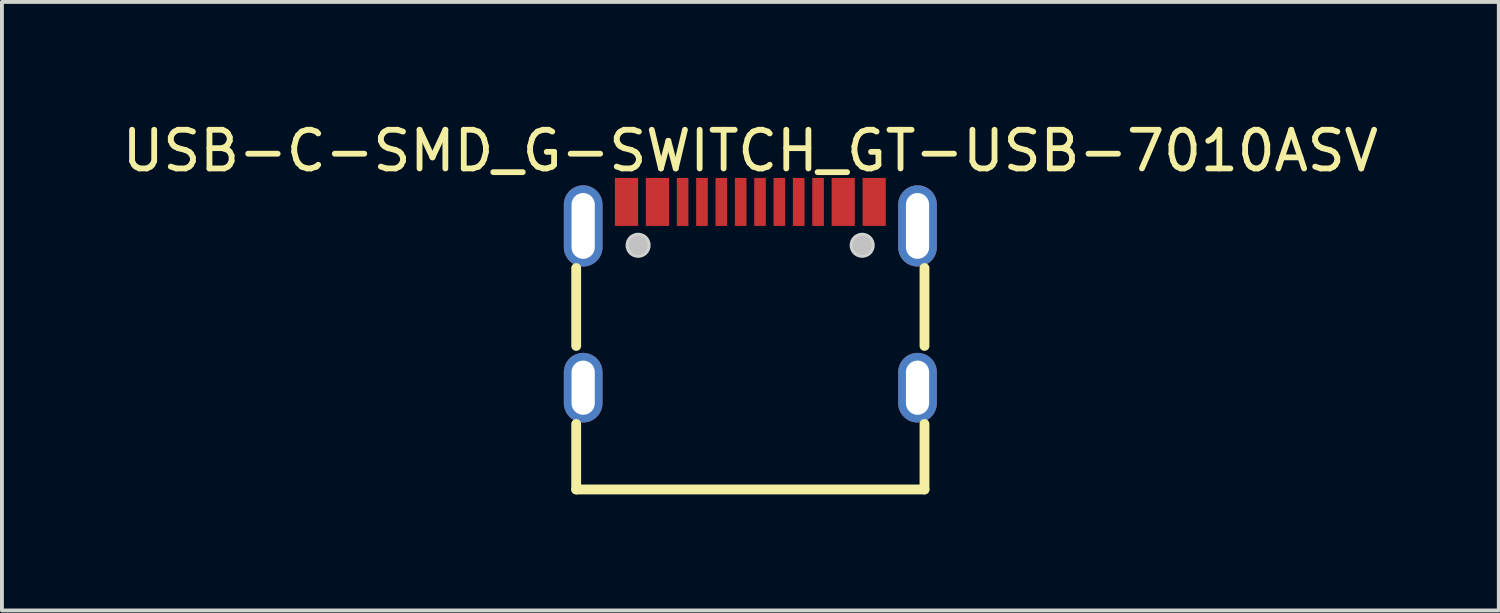
<source format=kicad_pcb>
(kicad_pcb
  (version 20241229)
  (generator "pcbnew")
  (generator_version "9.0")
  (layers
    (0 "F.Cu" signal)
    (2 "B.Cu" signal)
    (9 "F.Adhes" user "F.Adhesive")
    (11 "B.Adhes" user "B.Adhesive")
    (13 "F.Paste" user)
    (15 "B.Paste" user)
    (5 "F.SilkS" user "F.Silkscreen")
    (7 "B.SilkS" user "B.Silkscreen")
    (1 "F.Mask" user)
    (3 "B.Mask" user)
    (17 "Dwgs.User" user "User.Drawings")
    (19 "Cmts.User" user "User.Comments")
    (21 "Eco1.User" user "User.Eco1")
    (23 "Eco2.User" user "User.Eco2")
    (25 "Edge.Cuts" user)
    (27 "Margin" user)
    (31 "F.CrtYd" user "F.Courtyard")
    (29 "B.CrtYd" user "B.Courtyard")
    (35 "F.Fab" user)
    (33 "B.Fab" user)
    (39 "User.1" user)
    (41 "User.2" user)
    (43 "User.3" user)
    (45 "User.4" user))
  (footprint "USB-C-SMD_G-SWITCH_GT-USB-7010ASV"
    (layer "F.Cu")
    (at 16.339 4.568)
    (property "Reference" "USB-C-SMD_G-SWITCH_GT-USB-7010ASV" (at 0 -3.72 0) (layer "F.SilkS") (effects (font (size 1 1) (thickness 0.15))))
    (fp_line (start -4.5 1.321) (end -4.5 -0.692) (stroke (width 0.254) (type default)) (layer "F.SilkS"))
    (fp_line (start -4.5 5.03) (end -4.5 3.338) (stroke (width 0.254) (type default)) (layer "F.SilkS"))
    (fp_line (start 4.5 1.321) (end 4.5 -0.692) (stroke (width 0.254) (type default)) (layer "F.SilkS"))
    (fp_line (start 4.5 5.03) (end -4.5 5.03) (stroke (width 0.254) (type default)) (layer "F.SilkS"))
    (fp_line (start 4.5 5.03) (end 4.5 3.338) (stroke (width 0.254) (type default)) (layer "F.SilkS"))
    (fp_poly (pts (xy -3.5 -3.02) (xy -2.9 -3.02) (xy -2.9 -1.78) (xy -3.5 -1.78)) (stroke (width 0) (type default)) (fill yes) (layer "F.Paste"))
    (fp_poly (pts (xy -2.7 -3.02) (xy -2.1 -3.02) (xy -2.1 -1.78) (xy -2.7 -1.78)) (stroke (width 0) (type default)) (fill yes) (layer "F.Paste"))
    (fp_poly (pts (xy -1.9 -3.02) (xy -1.6 -3.02) (xy -1.6 -1.78) (xy -1.9 -1.78)) (stroke (width 0) (type default)) (fill yes) (layer "F.Paste"))
    (fp_poly (pts (xy -1.4 -3.02) (xy -1.1 -3.02) (xy -1.1 -1.78) (xy -1.4 -1.78)) (stroke (width 0) (type default)) (fill yes) (layer "F.Paste"))
    (fp_poly (pts (xy -0.9 -3.02) (xy -0.6 -3.02) (xy -0.6 -1.78) (xy -0.9 -1.78)) (stroke (width 0) (type default)) (fill yes) (layer "F.Paste"))
    (fp_poly (pts (xy -0.4 -3.02) (xy -0.1 -3.02) (xy -0.1 -1.78) (xy -0.4 -1.78)) (stroke (width 0) (type default)) (fill yes) (layer "F.Paste"))
    (fp_poly (pts (xy 0.1 -3.02) (xy 0.4 -3.02) (xy 0.4 -1.78) (xy 0.1 -1.78)) (stroke (width 0) (type default)) (fill yes) (layer "F.Paste"))
    (fp_poly (pts (xy 0.6 -3.02) (xy 0.9 -3.02) (xy 0.9 -1.78) (xy 0.6 -1.78)) (stroke (width 0) (type default)) (fill yes) (layer "F.Paste"))
    (fp_poly (pts (xy 1.1 -3.02) (xy 1.4 -3.02) (xy 1.4 -1.78) (xy 1.1 -1.78)) (stroke (width 0) (type default)) (fill yes) (layer "F.Paste"))
    (fp_poly (pts (xy 1.6 -3.02) (xy 1.9 -3.02) (xy 1.9 -1.78) (xy 1.6 -1.78)) (stroke (width 0) (type default)) (fill yes) (layer "F.Paste"))
    (fp_poly (pts (xy 2.1 -3.02) (xy 2.7 -3.02) (xy 2.7 -1.78) (xy 2.1 -1.78)) (stroke (width 0) (type default)) (fill yes) (layer "F.Paste"))
    (fp_poly (pts (xy 2.9 -3.02) (xy 3.5 -3.02) (xy 3.5 -1.78) (xy 2.9 -1.78)) (stroke (width 0) (type default)) (fill yes) (layer "F.Paste"))
    (fp_poly (pts (xy -4.282 -2.829) (xy -4.308 -2.83) (xy -4.332 -2.83) (xy -4.357 -2.829) (xy -4.382 -2.826) (xy -4.407 -2.822) (xy -4.431 -2.817) (xy -4.455 -2.812) (xy -4.479 -2.804) (xy -4.503 -2.796) (xy -4.526 -2.785) (xy -4.548 -2.775) (xy -4.57 -2.763) (xy -4.591 -2.75) (xy -4.612 -2.736) (xy -4.631 -2.721) (xy -4.651 -2.705) (xy -4.669 -2.688) (xy -4.686 -2.67) (xy -4.703 -2.651) (xy -4.718 -2.632) (xy -4.733 -2.611) (xy -4.747 -2.591) (xy -4.759 -2.569) (xy -4.771 -2.547) (xy -4.78 -2.524) (xy -4.79 -2.501) (xy -4.798 -2.478) (xy -4.804 -2.454) (xy -4.81 -2.429) (xy -4.814 -2.405) (xy -4.817 -2.38) (xy -4.819 -2.355) (xy -4.82 -2.33) (xy -4.82 -1.23) (xy -4.819 -1.205) (xy -4.817 -1.18) (xy -4.814 -1.155) (xy -4.81 -1.131) (xy -4.804 -1.107) (xy -4.798 -1.083) (xy -4.79 -1.059) (xy -4.78 -1.036) (xy -4.771 -1.013) (xy -4.759 -0.991) (xy -4.747 -0.97) (xy -4.733 -0.949) (xy -4.718 -0.928) (xy -4.703 -0.908) (xy -4.686 -0.89) (xy -4.669 -0.872) (xy -4.651 -0.855) (xy -4.631 -0.839) (xy -4.612 -0.824) (xy -4.591 -0.81) (xy -4.57 -0.797) (xy -4.548 -0.785) (xy -4.526 -0.774) (xy -4.503 -0.764) (xy -4.479 -0.756) (xy -4.455 -0.749) (xy -4.431 -0.743) (xy -4.407 -0.738) (xy -4.382 -0.734) (xy -4.357 -0.732) (xy -4.332 -0.73) (xy -4.308 -0.73) (xy -4.282 -0.732) (xy -4.258 -0.734) (xy -4.233 -0.738) (xy -4.209 -0.743) (xy -4.184 -0.749) (xy -4.161 -0.756) (xy -4.138 -0.764) (xy -4.114 -0.774) (xy -4.092 -0.785) (xy -4.07 -0.797) (xy -4.049 -0.81) (xy -4.028 -0.824) (xy -4.008 -0.839) (xy -3.989 -0.855) (xy -3.971 -0.872) (xy -3.954 -0.89) (xy -3.937 -0.908) (xy -3.921 -0.928) (xy -3.907 -0.949) (xy -3.893 -0.97) (xy -3.881 -0.991) (xy -3.869 -1.013) (xy -3.86 -1.036) (xy -3.85 -1.059) (xy -3.842 -1.083) (xy -3.836 -1.107) (xy -3.83 -1.131) (xy -3.825 -1.155) (xy -3.822 -1.18) (xy -3.821 -1.205) (xy -3.82 -1.23) (xy -3.82 -2.33) (xy -3.821 -2.355) (xy -3.822 -2.38) (xy -3.825 -2.405) (xy -3.83 -2.429) (xy -3.836 -2.454) (xy -3.842 -2.478) (xy -3.85 -2.501) (xy -3.86 -2.524) (xy -3.869 -2.547) (xy -3.881 -2.569) (xy -3.893 -2.591) (xy -3.907 -2.611) (xy -3.921 -2.632) (xy -3.937 -2.651) (xy -3.954 -2.67) (xy -3.971 -2.688) (xy -3.989 -2.705) (xy -4.008 -2.721) (xy -4.028 -2.736) (xy -4.049 -2.75) (xy -4.07 -2.763) (xy -4.092 -2.775) (xy -4.114 -2.785) (xy -4.138 -2.796) (xy -4.161 -2.804) (xy -4.184 -2.812) (xy -4.209 -2.817) (xy -4.233 -2.822) (xy -4.258 -2.826)) (stroke (width 0) (type default)) (fill yes) (layer "F.Paste"))
    (fp_poly (pts (xy -4.282 1.502) (xy -4.308 1.5) (xy -4.332 1.5) (xy -4.357 1.502) (xy -4.382 1.504) (xy -4.407 1.508) (xy -4.431 1.512) (xy -4.455 1.518) (xy -4.479 1.526) (xy -4.503 1.534) (xy -4.526 1.544) (xy -4.548 1.555) (xy -4.57 1.567) (xy -4.591 1.58) (xy -4.612 1.594) (xy -4.631 1.609) (xy -4.651 1.625) (xy -4.669 1.642) (xy -4.686 1.66) (xy -4.703 1.679) (xy -4.718 1.698) (xy -4.733 1.718) (xy -4.747 1.74) (xy -4.759 1.761) (xy -4.771 1.783) (xy -4.78 1.806) (xy -4.79 1.829) (xy -4.798 1.853) (xy -4.804 1.877) (xy -4.81 1.901) (xy -4.814 1.925) (xy -4.817 1.95) (xy -4.819 1.975) (xy -4.82 2) (xy -4.82 2.8) (xy -4.819 2.825) (xy -4.817 2.85) (xy -4.814 2.874) (xy -4.81 2.899) (xy -4.804 2.924) (xy -4.798 2.947) (xy -4.79 2.971) (xy -4.78 2.994) (xy -4.771 3.017) (xy -4.759 3.039) (xy -4.747 3.061) (xy -4.733 3.082) (xy -4.718 3.102) (xy -4.703 3.122) (xy -4.686 3.14) (xy -4.669 3.158) (xy -4.651 3.175) (xy -4.631 3.191) (xy -4.612 3.206) (xy -4.591 3.22) (xy -4.57 3.233) (xy -4.548 3.245) (xy -4.526 3.256) (xy -4.503 3.265) (xy -4.479 3.274) (xy -4.455 3.281) (xy -4.431 3.288) (xy -4.407 3.292) (xy -4.382 3.296) (xy -4.357 3.299) (xy -4.332 3.3) (xy -4.308 3.3) (xy -4.282 3.299) (xy -4.258 3.296) (xy -4.233 3.292) (xy -4.209 3.288) (xy -4.184 3.281) (xy -4.161 3.274) (xy -4.138 3.265) (xy -4.114 3.256) (xy -4.092 3.245) (xy -4.07 3.233) (xy -4.049 3.22) (xy -4.028 3.206) (xy -4.008 3.191) (xy -3.989 3.175) (xy -3.971 3.158) (xy -3.954 3.14) (xy -3.937 3.122) (xy -3.921 3.102) (xy -3.907 3.082) (xy -3.893 3.061) (xy -3.881 3.039) (xy -3.869 3.017) (xy -3.86 2.994) (xy -3.85 2.971) (xy -3.842 2.947) (xy -3.836 2.924) (xy -3.83 2.899) (xy -3.825 2.874) (xy -3.822 2.85) (xy -3.821 2.825) (xy -3.82 2.8) (xy -3.82 2) (xy -3.821 1.975) (xy -3.822 1.95) (xy -3.825 1.925) (xy -3.83 1.901) (xy -3.836 1.877) (xy -3.842 1.853) (xy -3.85 1.829) (xy -3.86 1.806) (xy -3.869 1.783) (xy -3.881 1.761) (xy -3.893 1.74) (xy -3.907 1.718) (xy -3.921 1.698) (xy -3.937 1.679) (xy -3.954 1.66) (xy -3.971 1.642) (xy -3.989 1.625) (xy -4.008 1.609) (xy -4.028 1.594) (xy -4.049 1.58) (xy -4.07 1.567) (xy -4.092 1.555) (xy -4.114 1.544) (xy -4.138 1.534) (xy -4.161 1.526) (xy -4.184 1.518) (xy -4.209 1.512) (xy -4.233 1.508) (xy -4.258 1.504)) (stroke (width 0) (type default)) (fill yes) (layer "F.Paste"))
    (fp_poly (pts (xy 4.357 -2.829) (xy 4.332 -2.83) (xy 4.308 -2.83) (xy 4.282 -2.829) (xy 4.258 -2.826) (xy 4.234 -2.822) (xy 4.209 -2.817) (xy 4.184 -2.812) (xy 4.161 -2.804) (xy 4.138 -2.796) (xy 4.114 -2.785) (xy 4.092 -2.775) (xy 4.07 -2.763) (xy 4.049 -2.75) (xy 4.028 -2.736) (xy 4.008 -2.721) (xy 3.989 -2.705) (xy 3.971 -2.688) (xy 3.954 -2.67) (xy 3.937 -2.651) (xy 3.921 -2.632) (xy 3.907 -2.611) (xy 3.893 -2.591) (xy 3.881 -2.569) (xy 3.869 -2.547) (xy 3.86 -2.524) (xy 3.85 -2.501) (xy 3.842 -2.478) (xy 3.836 -2.454) (xy 3.83 -2.429) (xy 3.825 -2.405) (xy 3.822 -2.38) (xy 3.821 -2.355) (xy 3.82 -2.33) (xy 3.82 -1.23) (xy 3.821 -1.205) (xy 3.822 -1.18) (xy 3.825 -1.155) (xy 3.83 -1.131) (xy 3.836 -1.107) (xy 3.842 -1.083) (xy 3.85 -1.059) (xy 3.86 -1.036) (xy 3.869 -1.013) (xy 3.881 -0.991) (xy 3.893 -0.97) (xy 3.907 -0.949) (xy 3.921 -0.928) (xy 3.937 -0.908) (xy 3.954 -0.89) (xy 3.971 -0.872) (xy 3.989 -0.855) (xy 4.008 -0.839) (xy 4.028 -0.824) (xy 4.049 -0.81) (xy 4.07 -0.797) (xy 4.092 -0.785) (xy 4.114 -0.774) (xy 4.138 -0.764) (xy 4.161 -0.756) (xy 4.184 -0.749) (xy 4.209 -0.743) (xy 4.234 -0.738) (xy 4.258 -0.734) (xy 4.282 -0.732) (xy 4.308 -0.73) (xy 4.332 -0.73) (xy 4.357 -0.732) (xy 4.382 -0.734) (xy 4.407 -0.738) (xy 4.431 -0.743) (xy 4.455 -0.749) (xy 4.479 -0.756) (xy 4.503 -0.764) (xy 4.526 -0.774) (xy 4.548 -0.785) (xy 4.57 -0.797) (xy 4.591 -0.81) (xy 4.612 -0.824) (xy 4.632 -0.839) (xy 4.651 -0.855) (xy 4.669 -0.872) (xy 4.686 -0.89) (xy 4.703 -0.908) (xy 4.718 -0.928) (xy 4.733 -0.949) (xy 4.747 -0.97) (xy 4.759 -0.991) (xy 4.771 -1.013) (xy 4.781 -1.036) (xy 4.79 -1.059) (xy 4.798 -1.083) (xy 4.804 -1.107) (xy 4.81 -1.131) (xy 4.814 -1.155) (xy 4.817 -1.18) (xy 4.819 -1.205) (xy 4.82 -1.23) (xy 4.82 -2.33) (xy 4.819 -2.355) (xy 4.817 -2.38) (xy 4.814 -2.405) (xy 4.81 -2.429) (xy 4.804 -2.454) (xy 4.798 -2.478) (xy 4.79 -2.501) (xy 4.781 -2.524) (xy 4.771 -2.547) (xy 4.759 -2.569) (xy 4.747 -2.591) (xy 4.733 -2.611) (xy 4.718 -2.632) (xy 4.703 -2.651) (xy 4.686 -2.67) (xy 4.669 -2.688) (xy 4.651 -2.705) (xy 4.632 -2.721) (xy 4.612 -2.736) (xy 4.591 -2.75) (xy 4.57 -2.763) (xy 4.548 -2.775) (xy 4.526 -2.785) (xy 4.503 -2.796) (xy 4.479 -2.804) (xy 4.455 -2.812) (xy 4.431 -2.817) (xy 4.407 -2.822) (xy 4.382 -2.826)) (stroke (width 0) (type default)) (fill yes) (layer "F.Paste"))
    (fp_poly (pts (xy 4.357 1.502) (xy 4.332 1.5) (xy 4.308 1.5) (xy 4.282 1.502) (xy 4.258 1.504) (xy 4.234 1.508) (xy 4.209 1.512) (xy 4.184 1.518) (xy 4.161 1.526) (xy 4.138 1.534) (xy 4.114 1.544) (xy 4.092 1.555) (xy 4.07 1.567) (xy 4.049 1.58) (xy 4.028 1.594) (xy 4.008 1.609) (xy 3.989 1.625) (xy 3.971 1.642) (xy 3.954 1.66) (xy 3.937 1.679) (xy 3.921 1.698) (xy 3.907 1.718) (xy 3.893 1.74) (xy 3.881 1.761) (xy 3.869 1.783) (xy 3.86 1.806) (xy 3.85 1.829) (xy 3.842 1.853) (xy 3.836 1.877) (xy 3.83 1.901) (xy 3.825 1.925) (xy 3.822 1.95) (xy 3.821 1.975) (xy 3.82 2) (xy 3.82 2.8) (xy 3.821 2.825) (xy 3.822 2.85) (xy 3.825 2.874) (xy 3.83 2.899) (xy 3.836 2.924) (xy 3.842 2.947) (xy 3.85 2.971) (xy 3.86 2.994) (xy 3.869 3.017) (xy 3.881 3.039) (xy 3.893 3.061) (xy 3.907 3.082) (xy 3.921 3.102) (xy 3.937 3.122) (xy 3.954 3.14) (xy 3.971 3.158) (xy 3.989 3.175) (xy 4.008 3.191) (xy 4.028 3.206) (xy 4.049 3.22) (xy 4.07 3.233) (xy 4.092 3.245) (xy 4.114 3.256) (xy 4.138 3.265) (xy 4.161 3.274) (xy 4.184 3.281) (xy 4.209 3.288) (xy 4.234 3.292) (xy 4.258 3.296) (xy 4.282 3.299) (xy 4.308 3.3) (xy 4.332 3.3) (xy 4.357 3.299) (xy 4.382 3.296) (xy 4.407 3.292) (xy 4.431 3.288) (xy 4.455 3.281) (xy 4.479 3.274) (xy 4.503 3.265) (xy 4.526 3.256) (xy 4.548 3.245) (xy 4.57 3.233) (xy 4.591 3.22) (xy 4.612 3.206) (xy 4.632 3.191) (xy 4.651 3.175) (xy 4.669 3.158) (xy 4.686 3.14) (xy 4.703 3.122) (xy 4.718 3.102) (xy 4.733 3.082) (xy 4.747 3.061) (xy 4.759 3.039) (xy 4.771 3.017) (xy 4.781 2.994) (xy 4.79 2.971) (xy 4.798 2.947) (xy 4.804 2.924) (xy 4.81 2.899) (xy 4.814 2.874) (xy 4.817 2.85) (xy 4.819 2.825) (xy 4.82 2.8) (xy 4.82 2) (xy 4.819 1.975) (xy 4.817 1.95) (xy 4.814 1.925) (xy 4.81 1.901) (xy 4.804 1.877) (xy 4.798 1.853) (xy 4.79 1.829) (xy 4.781 1.806) (xy 4.771 1.783) (xy 4.759 1.761) (xy 4.747 1.74) (xy 4.733 1.718) (xy 4.718 1.698) (xy 4.703 1.679) (xy 4.686 1.66) (xy 4.669 1.642) (xy 4.651 1.625) (xy 4.632 1.609) (xy 4.612 1.594) (xy 4.591 1.58) (xy 4.57 1.567) (xy 4.548 1.555) (xy 4.526 1.544) (xy 4.503 1.534) (xy 4.479 1.526) (xy 4.455 1.518) (xy 4.431 1.512) (xy 4.407 1.508) (xy 4.382 1.504)) (stroke (width 0) (type default)) (fill yes) (layer "F.Paste"))
    (fp_circle (center -2.9 -1.28) (end -2.775 -1.28) (stroke (width 0.25) (type default)) (fill no) (layer "Dwgs.User"))
    (fp_circle (center 2.89 -1.28) (end 3.015 -1.28) (stroke (width 0.25) (type default)) (fill no) (layer "Dwgs.User"))
    (fp_poly (pts (xy -2.578 -1.322) (xy -2.6 -1.404) (xy -2.642 -1.478) (xy -2.702 -1.538) (xy -2.776 -1.58) (xy -2.858 -1.602) (xy -2.942 -1.602) (xy -3.024 -1.58) (xy -3.098 -1.538) (xy -3.158 -1.478) (xy -3.2 -1.404) (xy -3.222 -1.322) (xy -3.222 -1.238) (xy -3.2 -1.156) (xy -3.158 -1.082) (xy -3.098 -1.022) (xy -3.024 -0.98) (xy -2.942 -0.958) (xy -2.858 -0.958) (xy -2.776 -0.98) (xy -2.702 -1.022) (xy -2.642 -1.082) (xy -2.6 -1.156) (xy -2.578 -1.238)) (stroke (width 0) (type default)) (fill yes) (layer "Edge.Cuts"))
    (fp_poly (pts (xy 3.212 -1.322) (xy 3.19 -1.404) (xy 3.148 -1.478) (xy 3.088 -1.538) (xy 3.014 -1.58) (xy 2.932 -1.602) (xy 2.848 -1.602) (xy 2.766 -1.58) (xy 2.692 -1.538) (xy 2.632 -1.478) (xy 2.59 -1.404) (xy 2.568 -1.322) (xy 2.568 -1.238) (xy 2.59 -1.156) (xy 2.632 -1.082) (xy 2.692 -1.022) (xy 2.766 -0.98) (xy 2.848 -0.958) (xy 2.932 -0.958) (xy 3.014 -0.98) (xy 3.088 -1.022) (xy 3.148 -1.082) (xy 3.19 -1.156) (xy 3.212 -1.238)) (stroke (width 0) (type default)) (fill yes) (layer "Edge.Cuts"))
    (fp_poly (pts (xy -4.47 -2.33) (xy -4.17 -2.33) (xy -4.17 -1.23) (xy -4.47 -1.23)) (stroke (width 0.1) (type default)) (fill no) (layer "User.1"))
    (fp_poly (pts (xy -4.47 2) (xy -4.17 2) (xy -4.17 2.8) (xy -4.47 2.8)) (stroke (width 0.1) (type default)) (fill no) (layer "User.1"))
    (fp_poly (pts (xy -3.43 -2.9) (xy -2.97 -2.9) (xy -2.97 -2.1) (xy -3.43 -2.1)) (stroke (width 0.1) (type default)) (fill no) (layer "User.1"))
    (fp_poly (pts (xy -2.63 -2.9) (xy -2.17 -2.9) (xy -2.17 -2.1) (xy -2.63 -2.1)) (stroke (width 0.1) (type default)) (fill no) (layer "User.1"))
    (fp_poly (pts (xy -1.87 -2.9) (xy -1.63 -2.9) (xy -1.63 -2.1) (xy -1.87 -2.1)) (stroke (width 0.1) (type default)) (fill no) (layer "User.1"))
    (fp_poly (pts (xy -1.37 -2.9) (xy -1.13 -2.9) (xy -1.13 -2.1) (xy -1.37 -2.1)) (stroke (width 0.1) (type default)) (fill no) (layer "User.1"))
    (fp_poly (pts (xy -0.87 -2.9) (xy -0.63 -2.9) (xy -0.63 -2.1) (xy -0.87 -2.1)) (stroke (width 0.1) (type default)) (fill no) (layer "User.1"))
    (fp_poly (pts (xy -0.37 -2.9) (xy -0.13 -2.9) (xy -0.13 -2.1) (xy -0.37 -2.1)) (stroke (width 0.1) (type default)) (fill no) (layer "User.1"))
    (fp_poly (pts (xy 0.13 -2.9) (xy 0.37 -2.9) (xy 0.37 -2.1) (xy 0.13 -2.1)) (stroke (width 0.1) (type default)) (fill no) (layer "User.1"))
    (fp_poly (pts (xy 0.63 -2.9) (xy 0.87 -2.9) (xy 0.87 -2.1) (xy 0.63 -2.1)) (stroke (width 0.1) (type default)) (fill no) (layer "User.1"))
    (fp_poly (pts (xy 1.13 -2.9) (xy 1.37 -2.9) (xy 1.37 -2.1) (xy 1.13 -2.1)) (stroke (width 0.1) (type default)) (fill no) (layer "User.1"))
    (fp_poly (pts (xy 1.63 -2.9) (xy 1.87 -2.9) (xy 1.87 -2.1) (xy 1.63 -2.1)) (stroke (width 0.1) (type default)) (fill no) (layer "User.1"))
    (fp_poly (pts (xy 2.17 -2.9) (xy 2.63 -2.9) (xy 2.63 -2.1) (xy 2.17 -2.1)) (stroke (width 0.1) (type default)) (fill no) (layer "User.1"))
    (fp_poly (pts (xy 2.97 -2.9) (xy 3.43 -2.9) (xy 3.43 -2.1) (xy 2.97 -2.1)) (stroke (width 0.1) (type default)) (fill no) (layer "User.1"))
    (fp_poly (pts (xy 4.17 -2.33) (xy 4.47 -2.33) (xy 4.47 -1.23) (xy 4.17 -1.23)) (stroke (width 0.1) (type default)) (fill no) (layer "User.1"))
    (fp_poly (pts (xy 4.17 2) (xy 4.47 2) (xy 4.47 2.8) (xy 4.17 2.8)) (stroke (width 0.1) (type default)) (fill no) (layer "User.1"))
    (fp_line (start -4.47 -2.32) (end 4.47 -2.32) (stroke (width 0.051) (type default)) (layer "User.2"))
    (fp_line (start -4.47 5.03) (end -4.47 -2.32) (stroke (width 0.051) (type default)) (layer "User.2"))
    (fp_line (start 4.47 -2.32) (end 4.47 5.03) (stroke (width 0.051) (type default)) (layer "User.2"))
    (fp_line (start 4.47 5.03) (end -4.47 5.03) (stroke (width 0.051) (type default)) (layer "User.2"))
    (fp_poly (pts (xy -4.415 -2.923) (xy -4.447 -2.955) (xy -4.493 -2.955) (xy -4.525 -2.923) (xy -4.525 -2.877) (xy -4.493 -2.845) (xy -4.447 -2.845) (xy -4.415 -2.877)) (stroke (width 0.1) (type default)) (fill no) (layer "User.3"))
    (pad "1" thru_hole oval (at -4.32 -1.78) (size 1 2.1) (drill oval 0.6 1.7) (layers "*.Cu" "*.Mask"))
    (pad "2" thru_hole oval (at 4.32 -1.78) (size 1 2.1) (drill oval 0.6 1.7) (layers "*.Cu" "*.Mask"))
    (pad "3" thru_hole oval (at 4.32 2.4) (size 1 1.8) (drill oval 0.6 1.4) (layers "*.Cu" "*.Mask"))
    (pad "4" thru_hole oval (at -4.32 2.4) (size 1 1.8) (drill oval 0.6 1.4) (layers "*.Cu" "*.Mask"))
    (pad "A1B12" smd rect (at -3.2 -2.4) (size 0.6 1.24) (layers "F.Cu" "F.Mask" "F.Paste"))
    (pad "A4B9" smd rect (at -2.4 -2.4) (size 0.6 1.24) (layers "F.Cu" "F.Mask" "F.Paste"))
    (pad "A5" smd rect (at -1.25 -2.4) (size 0.3 1.24) (layers "F.Cu" "F.Mask" "F.Paste"))
    (pad "A6" smd rect (at -0.25 -2.4) (size 0.3 1.24) (layers "F.Cu" "F.Mask" "F.Paste"))
    (pad "A7" smd rect (at 0.25 -2.4) (size 0.3 1.24) (layers "F.Cu" "F.Mask" "F.Paste"))
    (pad "A8" smd rect (at 1.25 -2.4) (size 0.3 1.24) (layers "F.Cu" "F.Mask" "F.Paste"))
    (pad "B1A12" smd rect (at 3.2 -2.4) (size 0.6 1.24) (layers "F.Cu" "F.Mask" "F.Paste"))
    (pad "B4A9" smd rect (at 2.4 -2.4) (size 0.6 1.24) (layers "F.Cu" "F.Mask" "F.Paste"))
    (pad "B5" smd rect (at 1.75 -2.4) (size 0.3 1.24) (layers "F.Cu" "F.Mask" "F.Paste"))
    (pad "B6" smd rect (at 0.75 -2.4) (size 0.3 1.24) (layers "F.Cu" "F.Mask" "F.Paste"))
    (pad "B7" smd rect (at -0.75 -2.4) (size 0.3 1.24) (layers "F.Cu" "F.Mask" "F.Paste"))
    (pad "B8" smd rect (at -1.75 -2.4) (size 0.3 1.24) (layers "F.Cu" "F.Mask" "F.Paste")))
  (gr_rect
    (start -3 -3)
    (end 35.679 12.725)
    (stroke (width 0.1) (type default))
    (fill no)
    (layer "Edge.Cuts")))
</source>
